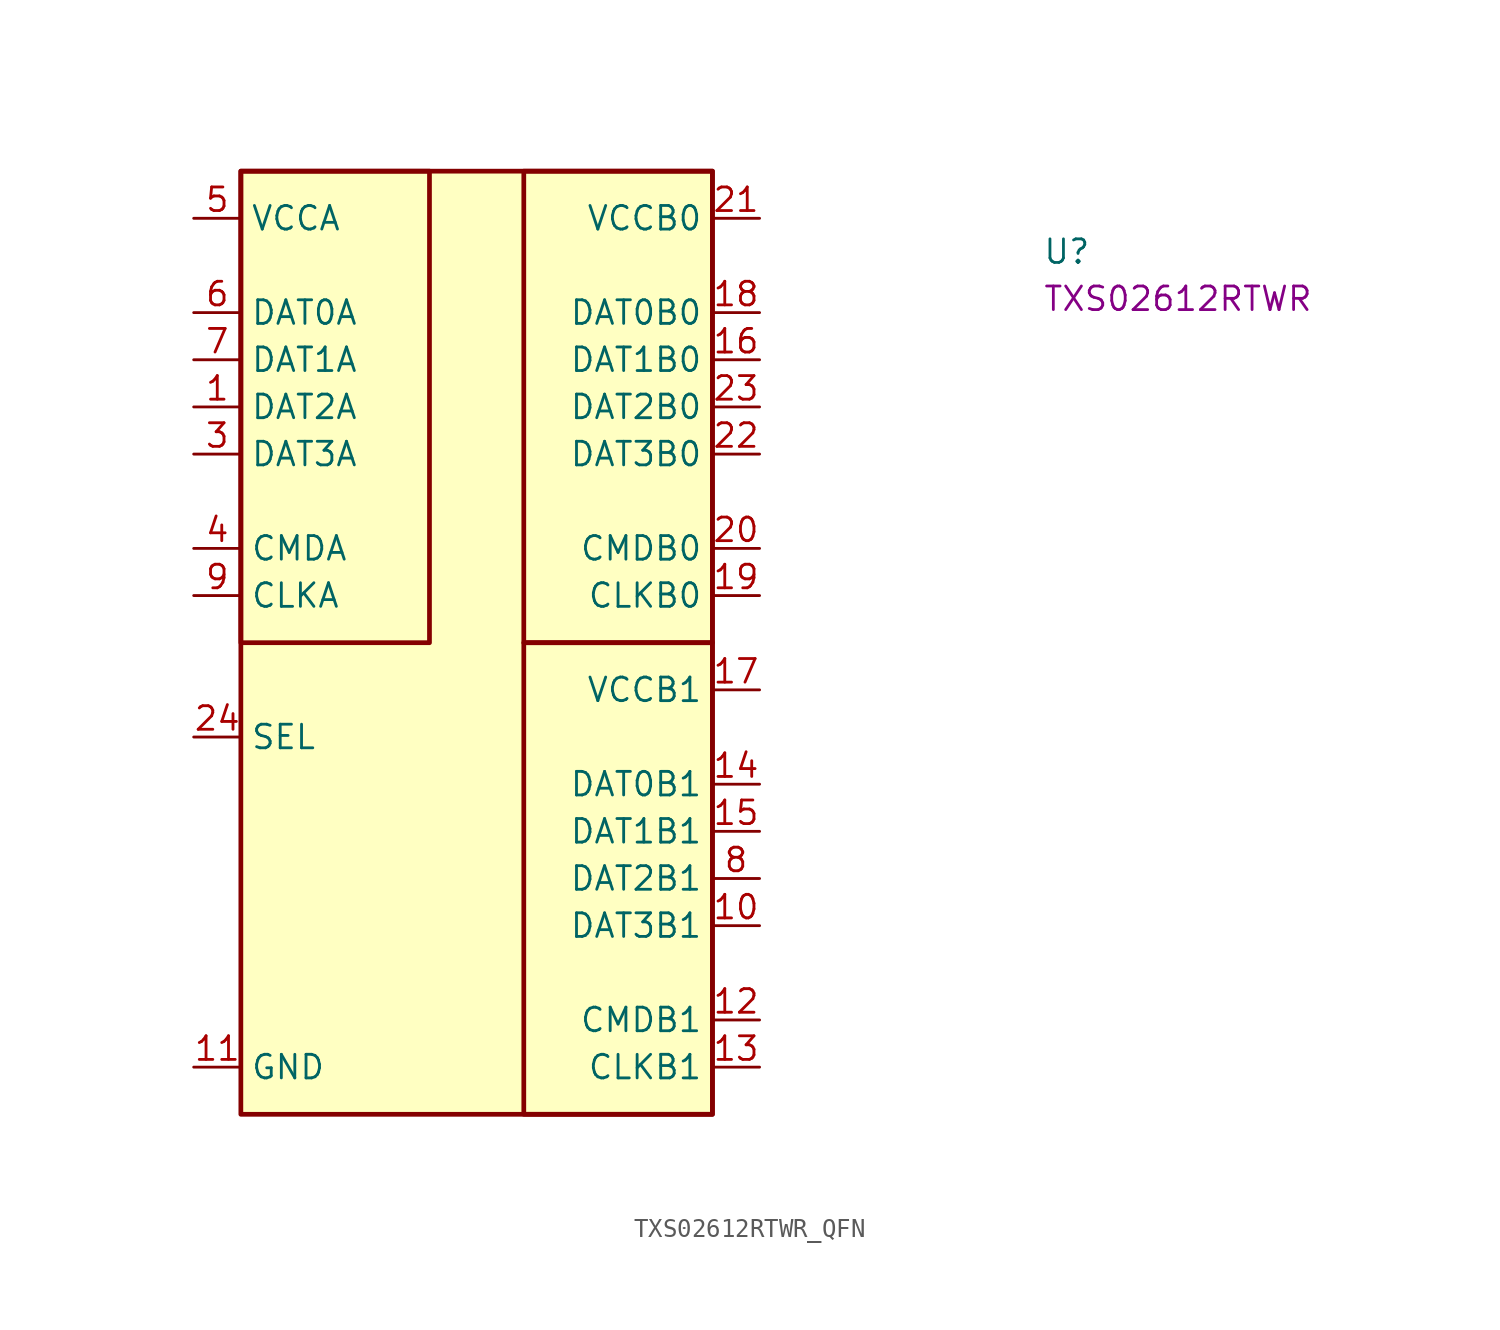
<source format=kicad_sym>
(kicad_symbol_lib
  (version 20220914)
  (generator kicad_symbol_editor)
  (symbol "TXS02612RTWR_QFN"
    (property "Reference" "U"
      (at 45.72 -2.54 0)
      (effects (font (size 1.27 1.27) (thickness 0.15)) (justify left bottom)))
    (property "MPN" "TXS02612RTWR"
      (at 45.72 -5.08 0)
      (effects (font (size 1.27 1.27) (thickness 0.15)) (justify left bottom)))
    (symbol "TXS02612RTWR_QFN_1_1"
      (rectangle (start 2.54 2.54) (end 12.7 -22.86) (stroke (width 0.254) (type default)) (fill (type background)))
      (rectangle (start 2.54 2.54) (end 27.94 -48.26) (stroke (width 0.254) (type default)) (fill (type background)))
      (rectangle (start 17.78 -22.86) (end 27.94 -48.26) (stroke (width 0.254) (type default)) (fill (type background)))
      (rectangle (start 17.78 2.54) (end 27.94 -22.86) (stroke (width 0.254) (type default)) (fill (type background)))
      (pin bidirectional line (at 0 -10.16 0) (length 2.54) (name "DAT2A" (effects (font (size 1.27 1.27)))) (number "1" (effects (font (size 1.27 1.27)))))
      (pin bidirectional line (at 30.48 -38.1 180) (length 2.54) (name "DAT3B1" (effects (font (size 1.27 1.27)))) (number "10" (effects (font (size 1.27 1.27)))))
      (pin power_in line (at 0 -45.72 0) (length 2.54) (name "GND" (effects (font (size 1.27 1.27)))) (number "11" (effects (font (size 1.27 1.27)))))
      (pin bidirectional line (at 30.48 -43.18 180) (length 2.54) (name "CMDB1" (effects (font (size 1.27 1.27)))) (number "12" (effects (font (size 1.27 1.27)))))
      (pin output line (at 30.48 -45.72 180) (length 2.54) (name "CLKB1" (effects (font (size 1.27 1.27)))) (number "13" (effects (font (size 1.27 1.27)))))
      (pin bidirectional line (at 30.48 -30.48 180) (length 2.54) (name "DAT0B1" (effects (font (size 1.27 1.27)))) (number "14" (effects (font (size 1.27 1.27)))))
      (pin bidirectional line (at 30.48 -33.02 180) (length 2.54) (name "DAT1B1" (effects (font (size 1.27 1.27)))) (number "15" (effects (font (size 1.27 1.27)))))
      (pin bidirectional line (at 30.48 -7.62 180) (length 2.54) (name "DAT1B0" (effects (font (size 1.27 1.27)))) (number "16" (effects (font (size 1.27 1.27)))))
      (pin power_in line (at 30.48 -25.4 180) (length 2.54) (name "VCCB1" (effects (font (size 1.27 1.27)))) (number "17" (effects (font (size 1.27 1.27)))))
      (pin bidirectional line (at 30.48 -5.08 180) (length 2.54) (name "DAT0B0" (effects (font (size 1.27 1.27)))) (number "18" (effects (font (size 1.27 1.27)))))
      (pin output line (at 30.48 -20.32 180) (length 2.54) (name "CLKB0" (effects (font (size 1.27 1.27)))) (number "19" (effects (font (size 1.27 1.27)))))
      (pin passive line (at 0 -45.72 0) (length 2.54) hide (name "GND" (effects (font (size 1.27 1.27)))) (number "2" (effects (font (size 1.27 1.27)))))
      (pin bidirectional line (at 30.48 -17.78 180) (length 2.54) (name "CMDB0" (effects (font (size 1.27 1.27)))) (number "20" (effects (font (size 1.27 1.27)))))
      (pin power_in line (at 30.48 0 180) (length 2.54) (name "VCCB0" (effects (font (size 1.27 1.27)))) (number "21" (effects (font (size 1.27 1.27)))))
      (pin bidirectional line (at 30.48 -12.7 180) (length 2.54) (name "DAT3B0" (effects (font (size 1.27 1.27)))) (number "22" (effects (font (size 1.27 1.27)))))
      (pin bidirectional line (at 30.48 -10.16 180) (length 2.54) (name "DAT2B0" (effects (font (size 1.27 1.27)))) (number "23" (effects (font (size 1.27 1.27)))))
      (pin input line (at 0 -27.94 0) (length 2.54) (name "SEL" (effects (font (size 1.27 1.27)))) (number "24" (effects (font (size 1.27 1.27)))))
      (pin passive line (at 0 -45.72 0) (length 2.54) hide (name "EP" (effects (font (size 1.27 1.27)))) (number "25" (effects (font (size 1.27 1.27)))))
      (pin bidirectional line (at 0 -12.7 0) (length 2.54) (name "DAT3A" (effects (font (size 1.27 1.27)))) (number "3" (effects (font (size 1.27 1.27)))))
      (pin bidirectional line (at 0 -17.78 0) (length 2.54) (name "CMDA" (effects (font (size 1.27 1.27)))) (number "4" (effects (font (size 1.27 1.27)))))
      (pin power_in line (at 0 0 0) (length 2.54) (name "VCCA" (effects (font (size 1.27 1.27)))) (number "5" (effects (font (size 1.27 1.27)))))
      (pin bidirectional line (at 0 -5.08 0) (length 2.54) (name "DAT0A" (effects (font (size 1.27 1.27)))) (number "6" (effects (font (size 1.27 1.27)))))
      (pin bidirectional line (at 0 -7.62 0) (length 2.54) (name "DAT1A" (effects (font (size 1.27 1.27)))) (number "7" (effects (font (size 1.27 1.27)))))
      (pin bidirectional line (at 30.48 -35.56 180) (length 2.54) (name "DAT2B1" (effects (font (size 1.27 1.27)))) (number "8" (effects (font (size 1.27 1.27)))))
      (pin input line (at 0 -20.32 0) (length 2.54) (name "CLKA" (effects (font (size 1.27 1.27)))) (number "9" (effects (font (size 1.27 1.27))))))))
</source>
